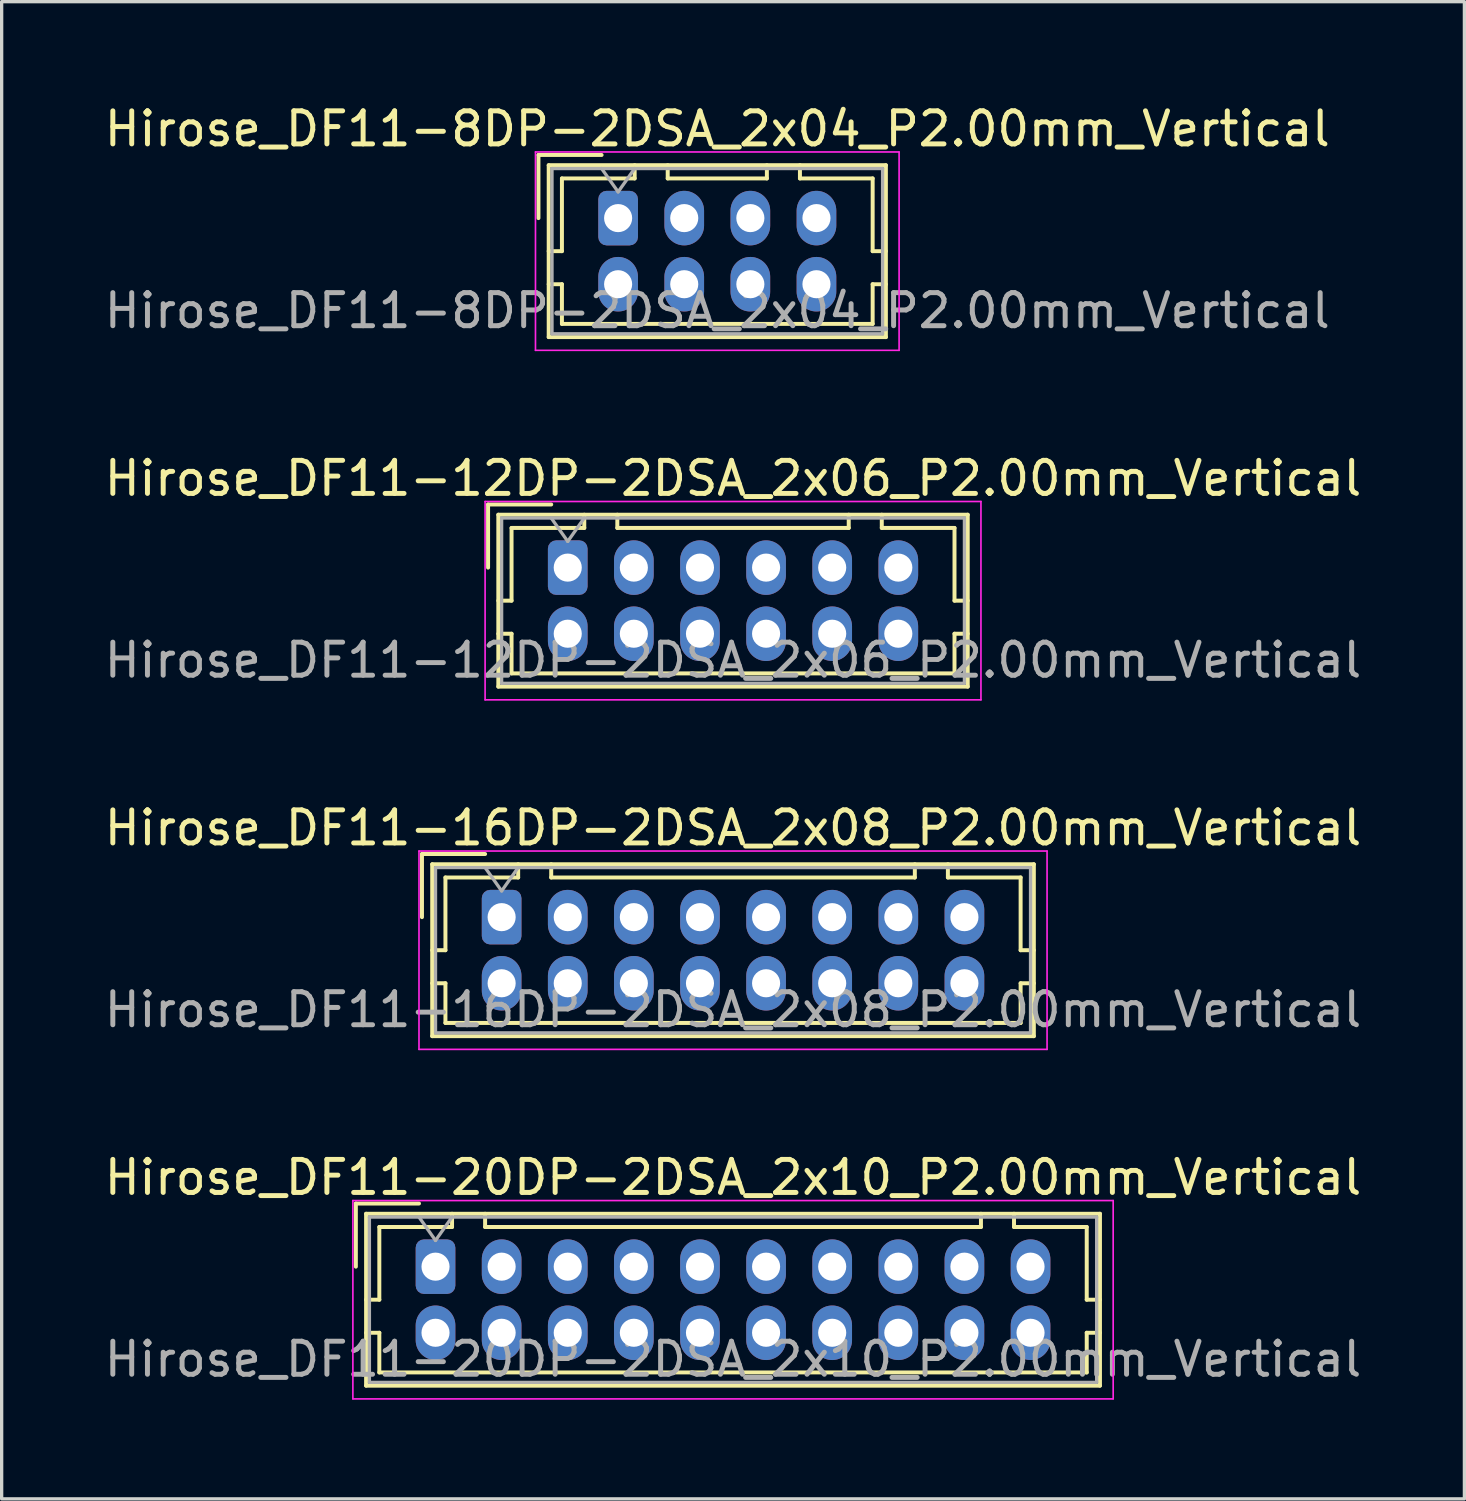
<source format=kicad_pcb>
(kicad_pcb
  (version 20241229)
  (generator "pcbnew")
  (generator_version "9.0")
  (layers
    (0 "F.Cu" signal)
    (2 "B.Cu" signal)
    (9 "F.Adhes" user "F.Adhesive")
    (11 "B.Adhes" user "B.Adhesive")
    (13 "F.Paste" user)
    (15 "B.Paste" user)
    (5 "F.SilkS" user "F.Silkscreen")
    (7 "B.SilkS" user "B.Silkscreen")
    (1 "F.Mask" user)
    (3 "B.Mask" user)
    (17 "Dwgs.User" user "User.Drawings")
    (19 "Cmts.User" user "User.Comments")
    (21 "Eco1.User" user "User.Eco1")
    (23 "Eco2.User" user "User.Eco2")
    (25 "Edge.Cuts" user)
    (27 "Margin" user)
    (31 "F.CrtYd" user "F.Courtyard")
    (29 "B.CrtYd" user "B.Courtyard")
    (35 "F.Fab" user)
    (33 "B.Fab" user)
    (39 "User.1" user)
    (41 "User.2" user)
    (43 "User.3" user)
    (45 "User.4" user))
  (footprint "Hirose_DF11-16DP-2DSA_2x08_P2.00mm_Vertical"
    (layer "F.Cu")
    (at 12.125 24.695)
    (property "Reference" "Hirose_DF11-16DP-2DSA_2x08_P2.00mm_Vertical" (at 7 -2.7 0) (layer "F.SilkS") (effects (font (size 1 1) (thickness 0.15))))
    (attr through_hole)
    (fp_line (start -2.41 -1.91) (end -0.5 -1.91) (stroke (width 0.12) (type solid)) (layer "F.SilkS"))
    (fp_line (start -2.41 0) (end -2.41 -1.91) (stroke (width 0.12) (type solid)) (layer "F.SilkS"))
    (fp_line (start -2.1 -1.6) (end -2.1 3.6) (stroke (width 0.12) (type solid)) (layer "F.SilkS"))
    (fp_line (start -2.1 1) (end -1.7 1) (stroke (width 0.12) (type solid)) (layer "F.SilkS"))
    (fp_line (start -2.1 2) (end -1.7 2) (stroke (width 0.12) (type solid)) (layer "F.SilkS"))
    (fp_line (start -2.1 3.6) (end 16.1 3.6) (stroke (width 0.12) (type solid)) (layer "F.SilkS"))
    (fp_line (start -1.7 -1.2) (end 0.5 -1.2) (stroke (width 0.12) (type solid)) (layer "F.SilkS"))
    (fp_line (start -1.7 1) (end -1.7 -1.2) (stroke (width 0.12) (type solid)) (layer "F.SilkS"))
    (fp_line (start -1.7 2) (end -1.7 3.2) (stroke (width 0.12) (type solid)) (layer "F.SilkS"))
    (fp_line (start -1.7 3.2) (end 15.7 3.2) (stroke (width 0.12) (type solid)) (layer "F.SilkS"))
    (fp_line (start 0.5 -1.2) (end 0.5 -1.6) (stroke (width 0.12) (type solid)) (layer "F.SilkS"))
    (fp_line (start 1.5 -1.6) (end 1.5 -1.2) (stroke (width 0.12) (type solid)) (layer "F.SilkS"))
    (fp_line (start 1.5 -1.2) (end 12.5 -1.2) (stroke (width 0.12) (type solid)) (layer "F.SilkS"))
    (fp_line (start 12.5 -1.2) (end 12.5 -1.6) (stroke (width 0.12) (type solid)) (layer "F.SilkS"))
    (fp_line (start 13.5 -1.2) (end 13.5 -1.6) (stroke (width 0.12) (type solid)) (layer "F.SilkS"))
    (fp_line (start 15.7 -1.2) (end 13.5 -1.2) (stroke (width 0.12) (type solid)) (layer "F.SilkS"))
    (fp_line (start 15.7 1) (end 15.7 -1.2) (stroke (width 0.12) (type solid)) (layer "F.SilkS"))
    (fp_line (start 15.7 2) (end 16.1 2) (stroke (width 0.12) (type solid)) (layer "F.SilkS"))
    (fp_line (start 15.7 3.2) (end 15.7 2) (stroke (width 0.12) (type solid)) (layer "F.SilkS"))
    (fp_line (start 16.1 -1.6) (end -2.1 -1.6) (stroke (width 0.12) (type solid)) (layer "F.SilkS"))
    (fp_line (start 16.1 1) (end 15.7 1) (stroke (width 0.12) (type solid)) (layer "F.SilkS"))
    (fp_line (start 16.1 3.6) (end 16.1 -1.6) (stroke (width 0.12) (type solid)) (layer "F.SilkS"))
    (fp_line (start -2.5 -2) (end -2.5 4) (stroke (width 0.05) (type solid)) (layer "F.CrtYd"))
    (fp_line (start -2.5 4) (end 16.5 4) (stroke (width 0.05) (type solid)) (layer "F.CrtYd"))
    (fp_line (start 16.5 -2) (end -2.5 -2) (stroke (width 0.05) (type solid)) (layer "F.CrtYd"))
    (fp_line (start 16.5 4) (end 16.5 -2) (stroke (width 0.05) (type solid)) (layer "F.CrtYd"))
    (fp_line (start -2 -1.5) (end -2 3.5) (stroke (width 0.1) (type solid)) (layer "F.Fab"))
    (fp_line (start -2 3.5) (end 16 3.5) (stroke (width 0.1) (type solid)) (layer "F.Fab"))
    (fp_line (start -0.5 -1.5) (end 0 -0.793) (stroke (width 0.1) (type solid)) (layer "F.Fab"))
    (fp_line (start 0 -0.793) (end 0.5 -1.5) (stroke (width 0.1) (type solid)) (layer "F.Fab"))
    (fp_line (start 16 -1.5) (end -2 -1.5) (stroke (width 0.1) (type solid)) (layer "F.Fab"))
    (fp_line (start 16 3.5) (end 16 -1.5) (stroke (width 0.1) (type solid)) (layer "F.Fab"))
    (fp_text user "${REFERENCE}" (at 7 2.8 0) (layer "F.Fab") (effects (font (size 1 1) (thickness 0.15))))
    (pad "1" thru_hole roundrect (at 0 0) (size 1.2 1.65) (drill 0.85) (layers "*.Cu" "*.Mask") (roundrect_rratio 0.208))
    (pad "2" thru_hole oval (at 0 2) (size 1.2 1.65) (drill 0.85) (layers "*.Cu" "*.Mask"))
    (pad "3" thru_hole oval (at 2 0) (size 1.2 1.65) (drill 0.85) (layers "*.Cu" "*.Mask"))
    (pad "4" thru_hole oval (at 2 2) (size 1.2 1.65) (drill 0.85) (layers "*.Cu" "*.Mask"))
    (pad "5" thru_hole oval (at 4 0) (size 1.2 1.65) (drill 0.85) (layers "*.Cu" "*.Mask"))
    (pad "6" thru_hole oval (at 4 2) (size 1.2 1.65) (drill 0.85) (layers "*.Cu" "*.Mask"))
    (pad "7" thru_hole oval (at 6 0) (size 1.2 1.65) (drill 0.85) (layers "*.Cu" "*.Mask"))
    (pad "8" thru_hole oval (at 6 2) (size 1.2 1.65) (drill 0.85) (layers "*.Cu" "*.Mask"))
    (pad "9" thru_hole oval (at 8 0) (size 1.2 1.65) (drill 0.85) (layers "*.Cu" "*.Mask"))
    (pad "10" thru_hole oval (at 8 2) (size 1.2 1.65) (drill 0.85) (layers "*.Cu" "*.Mask"))
    (pad "11" thru_hole oval (at 10 0) (size 1.2 1.65) (drill 0.85) (layers "*.Cu" "*.Mask"))
    (pad "12" thru_hole oval (at 10 2) (size 1.2 1.65) (drill 0.85) (layers "*.Cu" "*.Mask"))
    (pad "13" thru_hole oval (at 12 0) (size 1.2 1.65) (drill 0.85) (layers "*.Cu" "*.Mask"))
    (pad "14" thru_hole oval (at 12 2) (size 1.2 1.65) (drill 0.85) (layers "*.Cu" "*.Mask"))
    (pad "15" thru_hole oval (at 14 0) (size 1.2 1.65) (drill 0.85) (layers "*.Cu" "*.Mask"))
    (pad "16" thru_hole oval (at 14 2) (size 1.2 1.65) (drill 0.85) (layers "*.Cu" "*.Mask")))
  (footprint "Hirose_DF11-20DP-2DSA_2x10_P2.00mm_Vertical"
    (layer "F.Cu")
    (at 10.125 35.268)
    (property "Reference" "Hirose_DF11-20DP-2DSA_2x10_P2.00mm_Vertical" (at 9 -2.7 0) (layer "F.SilkS") (effects (font (size 1 1) (thickness 0.15))))
    (attr through_hole)
    (fp_line (start -2.41 -1.91) (end -0.5 -1.91) (stroke (width 0.12) (type solid)) (layer "F.SilkS"))
    (fp_line (start -2.41 0) (end -2.41 -1.91) (stroke (width 0.12) (type solid)) (layer "F.SilkS"))
    (fp_line (start -2.1 -1.6) (end -2.1 3.6) (stroke (width 0.12) (type solid)) (layer "F.SilkS"))
    (fp_line (start -2.1 1) (end -1.7 1) (stroke (width 0.12) (type solid)) (layer "F.SilkS"))
    (fp_line (start -2.1 2) (end -1.7 2) (stroke (width 0.12) (type solid)) (layer "F.SilkS"))
    (fp_line (start -2.1 3.6) (end 20.1 3.6) (stroke (width 0.12) (type solid)) (layer "F.SilkS"))
    (fp_line (start -1.7 -1.2) (end 0.5 -1.2) (stroke (width 0.12) (type solid)) (layer "F.SilkS"))
    (fp_line (start -1.7 1) (end -1.7 -1.2) (stroke (width 0.12) (type solid)) (layer "F.SilkS"))
    (fp_line (start -1.7 2) (end -1.7 3.2) (stroke (width 0.12) (type solid)) (layer "F.SilkS"))
    (fp_line (start -1.7 3.2) (end 19.7 3.2) (stroke (width 0.12) (type solid)) (layer "F.SilkS"))
    (fp_line (start 0.5 -1.2) (end 0.5 -1.6) (stroke (width 0.12) (type solid)) (layer "F.SilkS"))
    (fp_line (start 1.5 -1.6) (end 1.5 -1.2) (stroke (width 0.12) (type solid)) (layer "F.SilkS"))
    (fp_line (start 1.5 -1.2) (end 16.5 -1.2) (stroke (width 0.12) (type solid)) (layer "F.SilkS"))
    (fp_line (start 16.5 -1.2) (end 16.5 -1.6) (stroke (width 0.12) (type solid)) (layer "F.SilkS"))
    (fp_line (start 17.5 -1.2) (end 17.5 -1.6) (stroke (width 0.12) (type solid)) (layer "F.SilkS"))
    (fp_line (start 19.7 -1.2) (end 17.5 -1.2) (stroke (width 0.12) (type solid)) (layer "F.SilkS"))
    (fp_line (start 19.7 1) (end 19.7 -1.2) (stroke (width 0.12) (type solid)) (layer "F.SilkS"))
    (fp_line (start 19.7 2) (end 20.1 2) (stroke (width 0.12) (type solid)) (layer "F.SilkS"))
    (fp_line (start 19.7 3.2) (end 19.7 2) (stroke (width 0.12) (type solid)) (layer "F.SilkS"))
    (fp_line (start 20.1 -1.6) (end -2.1 -1.6) (stroke (width 0.12) (type solid)) (layer "F.SilkS"))
    (fp_line (start 20.1 1) (end 19.7 1) (stroke (width 0.12) (type solid)) (layer "F.SilkS"))
    (fp_line (start 20.1 3.6) (end 20.1 -1.6) (stroke (width 0.12) (type solid)) (layer "F.SilkS"))
    (fp_line (start -2.5 -2) (end -2.5 4) (stroke (width 0.05) (type solid)) (layer "F.CrtYd"))
    (fp_line (start -2.5 4) (end 20.5 4) (stroke (width 0.05) (type solid)) (layer "F.CrtYd"))
    (fp_line (start 20.5 -2) (end -2.5 -2) (stroke (width 0.05) (type solid)) (layer "F.CrtYd"))
    (fp_line (start 20.5 4) (end 20.5 -2) (stroke (width 0.05) (type solid)) (layer "F.CrtYd"))
    (fp_line (start -2 -1.5) (end -2 3.5) (stroke (width 0.1) (type solid)) (layer "F.Fab"))
    (fp_line (start -2 3.5) (end 20 3.5) (stroke (width 0.1) (type solid)) (layer "F.Fab"))
    (fp_line (start -0.5 -1.5) (end 0 -0.793) (stroke (width 0.1) (type solid)) (layer "F.Fab"))
    (fp_line (start 0 -0.793) (end 0.5 -1.5) (stroke (width 0.1) (type solid)) (layer "F.Fab"))
    (fp_line (start 20 -1.5) (end -2 -1.5) (stroke (width 0.1) (type solid)) (layer "F.Fab"))
    (fp_line (start 20 3.5) (end 20 -1.5) (stroke (width 0.1) (type solid)) (layer "F.Fab"))
    (fp_text user "${REFERENCE}" (at 9 2.8 0) (layer "F.Fab") (effects (font (size 1 1) (thickness 0.15))))
    (pad "1" thru_hole roundrect (at 0 0) (size 1.2 1.65) (drill 0.85) (layers "*.Cu" "*.Mask") (roundrect_rratio 0.208))
    (pad "2" thru_hole oval (at 0 2) (size 1.2 1.65) (drill 0.85) (layers "*.Cu" "*.Mask"))
    (pad "3" thru_hole oval (at 2 0) (size 1.2 1.65) (drill 0.85) (layers "*.Cu" "*.Mask"))
    (pad "4" thru_hole oval (at 2 2) (size 1.2 1.65) (drill 0.85) (layers "*.Cu" "*.Mask"))
    (pad "5" thru_hole oval (at 4 0) (size 1.2 1.65) (drill 0.85) (layers "*.Cu" "*.Mask"))
    (pad "6" thru_hole oval (at 4 2) (size 1.2 1.65) (drill 0.85) (layers "*.Cu" "*.Mask"))
    (pad "7" thru_hole oval (at 6 0) (size 1.2 1.65) (drill 0.85) (layers "*.Cu" "*.Mask"))
    (pad "8" thru_hole oval (at 6 2) (size 1.2 1.65) (drill 0.85) (layers "*.Cu" "*.Mask"))
    (pad "9" thru_hole oval (at 8 0) (size 1.2 1.65) (drill 0.85) (layers "*.Cu" "*.Mask"))
    (pad "10" thru_hole oval (at 8 2) (size 1.2 1.65) (drill 0.85) (layers "*.Cu" "*.Mask"))
    (pad "11" thru_hole oval (at 10 0) (size 1.2 1.65) (drill 0.85) (layers "*.Cu" "*.Mask"))
    (pad "12" thru_hole oval (at 10 2) (size 1.2 1.65) (drill 0.85) (layers "*.Cu" "*.Mask"))
    (pad "13" thru_hole oval (at 12 0) (size 1.2 1.65) (drill 0.85) (layers "*.Cu" "*.Mask"))
    (pad "14" thru_hole oval (at 12 2) (size 1.2 1.65) (drill 0.85) (layers "*.Cu" "*.Mask"))
    (pad "15" thru_hole oval (at 14 0) (size 1.2 1.65) (drill 0.85) (layers "*.Cu" "*.Mask"))
    (pad "16" thru_hole oval (at 14 2) (size 1.2 1.65) (drill 0.85) (layers "*.Cu" "*.Mask"))
    (pad "17" thru_hole oval (at 16 0) (size 1.2 1.65) (drill 0.85) (layers "*.Cu" "*.Mask"))
    (pad "18" thru_hole oval (at 16 2) (size 1.2 1.65) (drill 0.85) (layers "*.Cu" "*.Mask"))
    (pad "19" thru_hole oval (at 18 0) (size 1.2 1.65) (drill 0.85) (layers "*.Cu" "*.Mask"))
    (pad "20" thru_hole oval (at 18 2) (size 1.2 1.65) (drill 0.85) (layers "*.Cu" "*.Mask")))
  (footprint "Hirose_DF11-8DP-2DSA_2x04_P2.00mm_Vertical"
    (layer "F.Cu")
    (at 15.649 3.548)
    (property "Reference" "Hirose_DF11-8DP-2DSA_2x04_P2.00mm_Vertical" (at 3 -2.7 0) (layer "F.SilkS") (effects (font (size 1 1) (thickness 0.15))))
    (attr through_hole)
    (fp_line (start -2.41 -1.91) (end -0.5 -1.91) (stroke (width 0.12) (type solid)) (layer "F.SilkS"))
    (fp_line (start -2.41 0) (end -2.41 -1.91) (stroke (width 0.12) (type solid)) (layer "F.SilkS"))
    (fp_line (start -2.1 -1.6) (end -2.1 3.6) (stroke (width 0.12) (type solid)) (layer "F.SilkS"))
    (fp_line (start -2.1 1) (end -1.7 1) (stroke (width 0.12) (type solid)) (layer "F.SilkS"))
    (fp_line (start -2.1 2) (end -1.7 2) (stroke (width 0.12) (type solid)) (layer "F.SilkS"))
    (fp_line (start -2.1 3.6) (end 8.1 3.6) (stroke (width 0.12) (type solid)) (layer "F.SilkS"))
    (fp_line (start -1.7 -1.2) (end 0.5 -1.2) (stroke (width 0.12) (type solid)) (layer "F.SilkS"))
    (fp_line (start -1.7 1) (end -1.7 -1.2) (stroke (width 0.12) (type solid)) (layer "F.SilkS"))
    (fp_line (start -1.7 2) (end -1.7 3.2) (stroke (width 0.12) (type solid)) (layer "F.SilkS"))
    (fp_line (start -1.7 3.2) (end 7.7 3.2) (stroke (width 0.12) (type solid)) (layer "F.SilkS"))
    (fp_line (start 0.5 -1.2) (end 0.5 -1.6) (stroke (width 0.12) (type solid)) (layer "F.SilkS"))
    (fp_line (start 1.5 -1.6) (end 1.5 -1.2) (stroke (width 0.12) (type solid)) (layer "F.SilkS"))
    (fp_line (start 1.5 -1.2) (end 4.5 -1.2) (stroke (width 0.12) (type solid)) (layer "F.SilkS"))
    (fp_line (start 4.5 -1.2) (end 4.5 -1.6) (stroke (width 0.12) (type solid)) (layer "F.SilkS"))
    (fp_line (start 5.5 -1.2) (end 5.5 -1.6) (stroke (width 0.12) (type solid)) (layer "F.SilkS"))
    (fp_line (start 7.7 -1.2) (end 5.5 -1.2) (stroke (width 0.12) (type solid)) (layer "F.SilkS"))
    (fp_line (start 7.7 1) (end 7.7 -1.2) (stroke (width 0.12) (type solid)) (layer "F.SilkS"))
    (fp_line (start 7.7 2) (end 8.1 2) (stroke (width 0.12) (type solid)) (layer "F.SilkS"))
    (fp_line (start 7.7 3.2) (end 7.7 2) (stroke (width 0.12) (type solid)) (layer "F.SilkS"))
    (fp_line (start 8.1 -1.6) (end -2.1 -1.6) (stroke (width 0.12) (type solid)) (layer "F.SilkS"))
    (fp_line (start 8.1 1) (end 7.7 1) (stroke (width 0.12) (type solid)) (layer "F.SilkS"))
    (fp_line (start 8.1 3.6) (end 8.1 -1.6) (stroke (width 0.12) (type solid)) (layer "F.SilkS"))
    (fp_line (start -2.5 -2) (end -2.5 4) (stroke (width 0.05) (type solid)) (layer "F.CrtYd"))
    (fp_line (start -2.5 4) (end 8.5 4) (stroke (width 0.05) (type solid)) (layer "F.CrtYd"))
    (fp_line (start 8.5 -2) (end -2.5 -2) (stroke (width 0.05) (type solid)) (layer "F.CrtYd"))
    (fp_line (start 8.5 4) (end 8.5 -2) (stroke (width 0.05) (type solid)) (layer "F.CrtYd"))
    (fp_line (start -2 -1.5) (end -2 3.5) (stroke (width 0.1) (type solid)) (layer "F.Fab"))
    (fp_line (start -2 3.5) (end 8 3.5) (stroke (width 0.1) (type solid)) (layer "F.Fab"))
    (fp_line (start -0.5 -1.5) (end 0 -0.793) (stroke (width 0.1) (type solid)) (layer "F.Fab"))
    (fp_line (start 0 -0.793) (end 0.5 -1.5) (stroke (width 0.1) (type solid)) (layer "F.Fab"))
    (fp_line (start 8 -1.5) (end -2 -1.5) (stroke (width 0.1) (type solid)) (layer "F.Fab"))
    (fp_line (start 8 3.5) (end 8 -1.5) (stroke (width 0.1) (type solid)) (layer "F.Fab"))
    (fp_text user "${REFERENCE}" (at 3 2.8 0) (layer "F.Fab") (effects (font (size 1 1) (thickness 0.15))))
    (pad "1" thru_hole roundrect (at 0 0) (size 1.2 1.65) (drill 0.85) (layers "*.Cu" "*.Mask") (roundrect_rratio 0.208))
    (pad "2" thru_hole oval (at 0 2) (size 1.2 1.65) (drill 0.85) (layers "*.Cu" "*.Mask"))
    (pad "3" thru_hole oval (at 2 0) (size 1.2 1.65) (drill 0.85) (layers "*.Cu" "*.Mask"))
    (pad "4" thru_hole oval (at 2 2) (size 1.2 1.65) (drill 0.85) (layers "*.Cu" "*.Mask"))
    (pad "5" thru_hole oval (at 4 0) (size 1.2 1.65) (drill 0.85) (layers "*.Cu" "*.Mask"))
    (pad "6" thru_hole oval (at 4 2) (size 1.2 1.65) (drill 0.85) (layers "*.Cu" "*.Mask"))
    (pad "7" thru_hole oval (at 6 0) (size 1.2 1.65) (drill 0.85) (layers "*.Cu" "*.Mask"))
    (pad "8" thru_hole oval (at 6 2) (size 1.2 1.65) (drill 0.85) (layers "*.Cu" "*.Mask")))
  (footprint "Hirose_DF11-12DP-2DSA_2x06_P2.00mm_Vertical"
    (layer "F.Cu")
    (at 14.125 14.121)
    (property "Reference" "Hirose_DF11-12DP-2DSA_2x06_P2.00mm_Vertical" (at 5 -2.7 0) (layer "F.SilkS") (effects (font (size 1 1) (thickness 0.15))))
    (attr through_hole)
    (fp_line (start -2.41 -1.91) (end -0.5 -1.91) (stroke (width 0.12) (type solid)) (layer "F.SilkS"))
    (fp_line (start -2.41 0) (end -2.41 -1.91) (stroke (width 0.12) (type solid)) (layer "F.SilkS"))
    (fp_line (start -2.1 -1.6) (end -2.1 3.6) (stroke (width 0.12) (type solid)) (layer "F.SilkS"))
    (fp_line (start -2.1 1) (end -1.7 1) (stroke (width 0.12) (type solid)) (layer "F.SilkS"))
    (fp_line (start -2.1 2) (end -1.7 2) (stroke (width 0.12) (type solid)) (layer "F.SilkS"))
    (fp_line (start -2.1 3.6) (end 12.1 3.6) (stroke (width 0.12) (type solid)) (layer "F.SilkS"))
    (fp_line (start -1.7 -1.2) (end 0.5 -1.2) (stroke (width 0.12) (type solid)) (layer "F.SilkS"))
    (fp_line (start -1.7 1) (end -1.7 -1.2) (stroke (width 0.12) (type solid)) (layer "F.SilkS"))
    (fp_line (start -1.7 2) (end -1.7 3.2) (stroke (width 0.12) (type solid)) (layer "F.SilkS"))
    (fp_line (start -1.7 3.2) (end 11.7 3.2) (stroke (width 0.12) (type solid)) (layer "F.SilkS"))
    (fp_line (start 0.5 -1.2) (end 0.5 -1.6) (stroke (width 0.12) (type solid)) (layer "F.SilkS"))
    (fp_line (start 1.5 -1.6) (end 1.5 -1.2) (stroke (width 0.12) (type solid)) (layer "F.SilkS"))
    (fp_line (start 1.5 -1.2) (end 8.5 -1.2) (stroke (width 0.12) (type solid)) (layer "F.SilkS"))
    (fp_line (start 8.5 -1.2) (end 8.5 -1.6) (stroke (width 0.12) (type solid)) (layer "F.SilkS"))
    (fp_line (start 9.5 -1.2) (end 9.5 -1.6) (stroke (width 0.12) (type solid)) (layer "F.SilkS"))
    (fp_line (start 11.7 -1.2) (end 9.5 -1.2) (stroke (width 0.12) (type solid)) (layer "F.SilkS"))
    (fp_line (start 11.7 1) (end 11.7 -1.2) (stroke (width 0.12) (type solid)) (layer "F.SilkS"))
    (fp_line (start 11.7 2) (end 12.1 2) (stroke (width 0.12) (type solid)) (layer "F.SilkS"))
    (fp_line (start 11.7 3.2) (end 11.7 2) (stroke (width 0.12) (type solid)) (layer "F.SilkS"))
    (fp_line (start 12.1 -1.6) (end -2.1 -1.6) (stroke (width 0.12) (type solid)) (layer "F.SilkS"))
    (fp_line (start 12.1 1) (end 11.7 1) (stroke (width 0.12) (type solid)) (layer "F.SilkS"))
    (fp_line (start 12.1 3.6) (end 12.1 -1.6) (stroke (width 0.12) (type solid)) (layer "F.SilkS"))
    (fp_line (start -2.5 -2) (end -2.5 4) (stroke (width 0.05) (type solid)) (layer "F.CrtYd"))
    (fp_line (start -2.5 4) (end 12.5 4) (stroke (width 0.05) (type solid)) (layer "F.CrtYd"))
    (fp_line (start 12.5 -2) (end -2.5 -2) (stroke (width 0.05) (type solid)) (layer "F.CrtYd"))
    (fp_line (start 12.5 4) (end 12.5 -2) (stroke (width 0.05) (type solid)) (layer "F.CrtYd"))
    (fp_line (start -2 -1.5) (end -2 3.5) (stroke (width 0.1) (type solid)) (layer "F.Fab"))
    (fp_line (start -2 3.5) (end 12 3.5) (stroke (width 0.1) (type solid)) (layer "F.Fab"))
    (fp_line (start -0.5 -1.5) (end 0 -0.793) (stroke (width 0.1) (type solid)) (layer "F.Fab"))
    (fp_line (start 0 -0.793) (end 0.5 -1.5) (stroke (width 0.1) (type solid)) (layer "F.Fab"))
    (fp_line (start 12 -1.5) (end -2 -1.5) (stroke (width 0.1) (type solid)) (layer "F.Fab"))
    (fp_line (start 12 3.5) (end 12 -1.5) (stroke (width 0.1) (type solid)) (layer "F.Fab"))
    (fp_text user "${REFERENCE}" (at 5 2.8 0) (layer "F.Fab") (effects (font (size 1 1) (thickness 0.15))))
    (pad "1" thru_hole roundrect (at 0 0) (size 1.2 1.65) (drill 0.85) (layers "*.Cu" "*.Mask") (roundrect_rratio 0.208))
    (pad "2" thru_hole oval (at 0 2) (size 1.2 1.65) (drill 0.85) (layers "*.Cu" "*.Mask"))
    (pad "3" thru_hole oval (at 2 0) (size 1.2 1.65) (drill 0.85) (layers "*.Cu" "*.Mask"))
    (pad "4" thru_hole oval (at 2 2) (size 1.2 1.65) (drill 0.85) (layers "*.Cu" "*.Mask"))
    (pad "5" thru_hole oval (at 4 0) (size 1.2 1.65) (drill 0.85) (layers "*.Cu" "*.Mask"))
    (pad "6" thru_hole oval (at 4 2) (size 1.2 1.65) (drill 0.85) (layers "*.Cu" "*.Mask"))
    (pad "7" thru_hole oval (at 6 0) (size 1.2 1.65) (drill 0.85) (layers "*.Cu" "*.Mask"))
    (pad "8" thru_hole oval (at 6 2) (size 1.2 1.65) (drill 0.85) (layers "*.Cu" "*.Mask"))
    (pad "9" thru_hole oval (at 8 0) (size 1.2 1.65) (drill 0.85) (layers "*.Cu" "*.Mask"))
    (pad "10" thru_hole oval (at 8 2) (size 1.2 1.65) (drill 0.85) (layers "*.Cu" "*.Mask"))
    (pad "11" thru_hole oval (at 10 0) (size 1.2 1.65) (drill 0.85) (layers "*.Cu" "*.Mask"))
    (pad "12" thru_hole oval (at 10 2) (size 1.2 1.65) (drill 0.85) (layers "*.Cu" "*.Mask")))
  (gr_rect
    (start -3 -3)
    (end 41.25 42.293)
    (stroke (width 0.1) (type default))
    (fill no)
    (layer "Edge.Cuts")))
</source>
